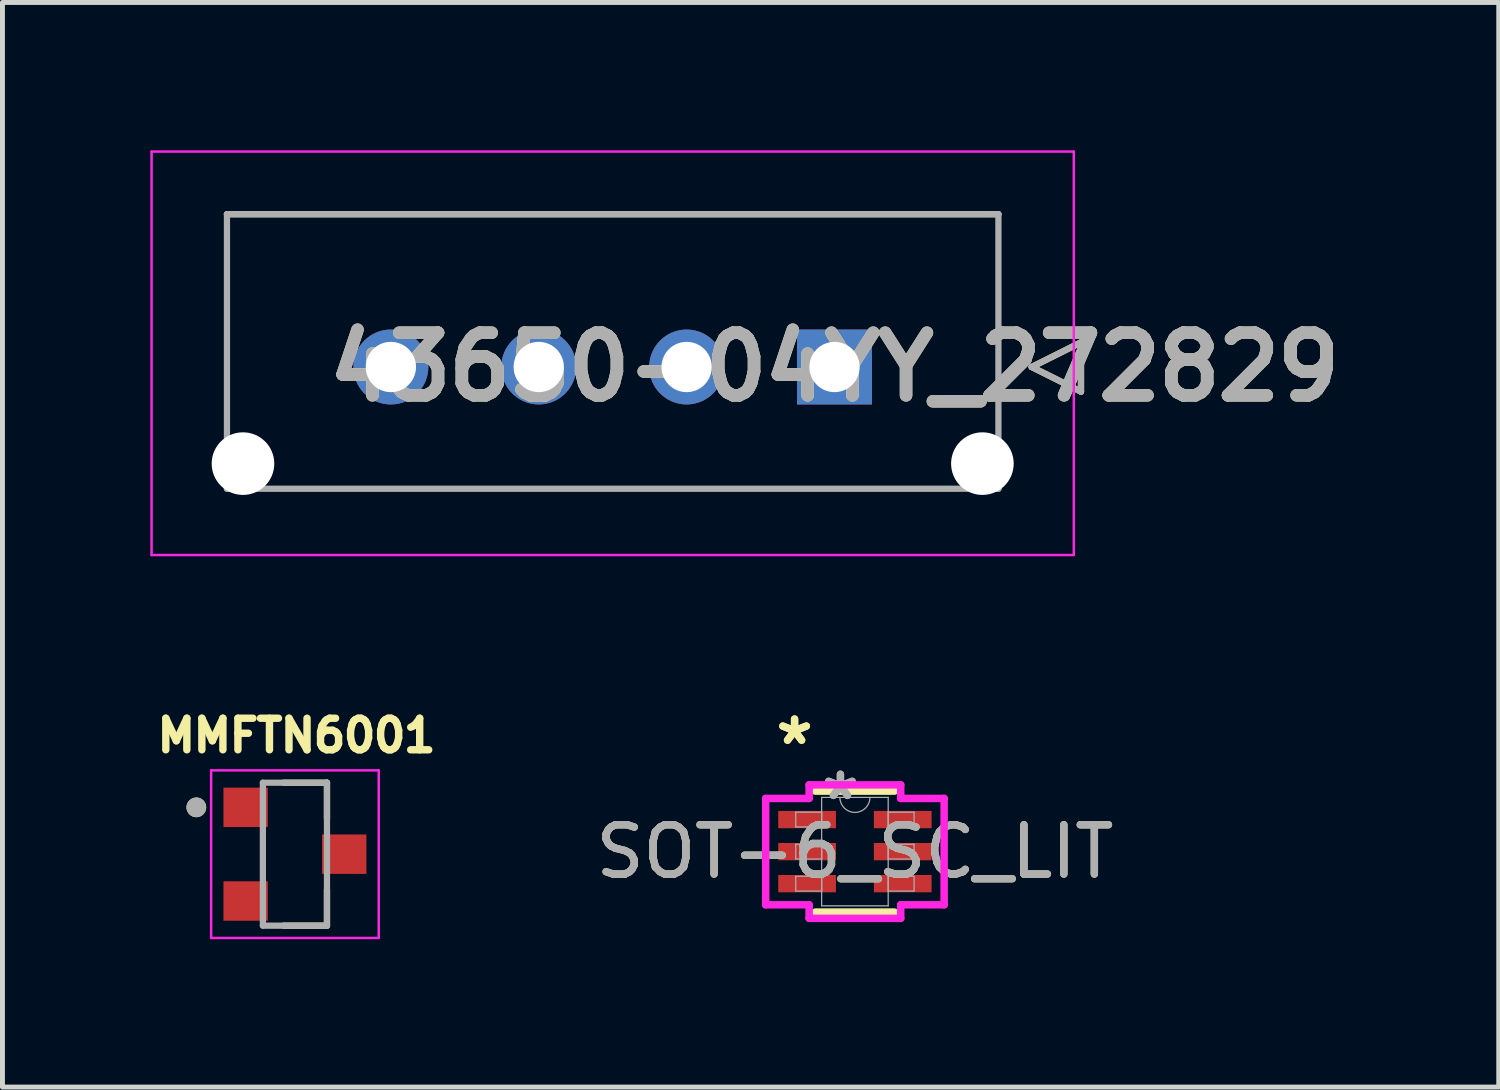
<source format=kicad_pcb>
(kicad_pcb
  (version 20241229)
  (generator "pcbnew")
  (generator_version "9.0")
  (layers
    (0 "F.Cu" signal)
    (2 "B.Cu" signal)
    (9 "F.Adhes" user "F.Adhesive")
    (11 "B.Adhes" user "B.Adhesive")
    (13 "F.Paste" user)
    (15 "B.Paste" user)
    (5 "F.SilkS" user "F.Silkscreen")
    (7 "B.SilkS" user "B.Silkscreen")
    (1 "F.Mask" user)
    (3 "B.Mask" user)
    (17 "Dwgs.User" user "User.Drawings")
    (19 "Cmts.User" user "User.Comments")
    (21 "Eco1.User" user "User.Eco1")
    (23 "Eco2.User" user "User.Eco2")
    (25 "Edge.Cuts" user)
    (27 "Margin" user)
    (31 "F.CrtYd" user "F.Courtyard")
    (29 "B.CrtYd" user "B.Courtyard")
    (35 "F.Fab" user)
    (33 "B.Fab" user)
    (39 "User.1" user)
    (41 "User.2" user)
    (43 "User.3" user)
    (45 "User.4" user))
  (footprint "MMFTN6001"
    (layer "F.Cu")
    (at 2.933 14.278)
    (property "Reference" "MMFTN6001" (at 0.032 -2.406 0) (layer "F.SilkS") (effects (font (size 0.64 0.64) (thickness 0.15))))
    (attr smd)
    (fp_line (start -0.23 1.45) (end 0.65 1.45) (stroke (width 0.127) (type solid)) (layer "F.SilkS"))
    (fp_line (start 0.65 -1.45) (end -0.23 -1.45) (stroke (width 0.127) (type solid)) (layer "F.SilkS"))
    (fp_line (start 0.65 -0.72) (end 0.65 -1.45) (stroke (width 0.127) (type solid)) (layer "F.SilkS"))
    (fp_line (start 0.65 1.45) (end 0.65 0.72) (stroke (width 0.127) (type solid)) (layer "F.SilkS"))
    (fp_circle (center -2 -0.95) (end -1.9 -0.95) (stroke (width 0.2) (type solid)) (fill no) (layer "F.SilkS"))
    (fp_line (start -1.7 -1.7) (end -1.7 1.7) (stroke (width 0.05) (type solid)) (layer "F.CrtYd"))
    (fp_line (start -1.7 1.7) (end 1.7 1.7) (stroke (width 0.05) (type solid)) (layer "F.CrtYd"))
    (fp_line (start 1.7 -1.7) (end -1.7 -1.7) (stroke (width 0.05) (type solid)) (layer "F.CrtYd"))
    (fp_line (start 1.7 1.7) (end 1.7 -1.7) (stroke (width 0.05) (type solid)) (layer "F.CrtYd"))
    (fp_line (start -0.65 -1.45) (end -0.65 1.45) (stroke (width 0.127) (type solid)) (layer "F.Fab"))
    (fp_line (start -0.65 1.45) (end 0.65 1.45) (stroke (width 0.127) (type solid)) (layer "F.Fab"))
    (fp_line (start 0.65 -1.45) (end -0.65 -1.45) (stroke (width 0.127) (type solid)) (layer "F.Fab"))
    (fp_line (start 0.65 1.45) (end 0.65 -1.45) (stroke (width 0.127) (type solid)) (layer "F.Fab"))
    (fp_circle (center -2 -0.95) (end -1.9 -0.95) (stroke (width 0.2) (type solid)) (fill no) (layer "F.Fab"))
    (pad "1" smd rect (at -1 -0.95) (size 0.9 0.8) (layers "F.Cu" "F.Mask" "F.Paste"))
    (pad "2" smd rect (at -1 0.95) (size 0.9 0.8) (layers "F.Cu" "F.Mask" "F.Paste"))
    (pad "3" smd rect (at 1 0) (size 0.9 0.8) (layers "F.Cu" "F.Mask" "F.Paste")))
  (footprint "43650-04YY_272829"
    (layer "F.Cu")
    (at 13.879 4.395)
    (property "Reference" "43650-04YY_272829" (at 0 0 0) (layer "F.SilkS") (effects (font (size 1.27 1.27) (thickness 0.254))))
    (attr through_hole)
    (fp_line (start -12.325 -3.1) (end 3.325 -3.1) (stroke (width 0.127) (type solid)) (layer "F.SilkS"))
    (fp_line (start 4 0) (end 5 -0.5) (stroke (width 0.127) (type solid)) (layer "F.SilkS"))
    (fp_line (start 5 -0.5) (end 5 0.5) (stroke (width 0.127) (type solid)) (layer "F.SilkS"))
    (fp_line (start 5 0.5) (end 4 0) (stroke (width 0.127) (type solid)) (layer "F.SilkS"))
    (fp_line (start -13.854 -4.37) (end 4.854 -4.37) (stroke (width 0.05) (type solid)) (layer "F.CrtYd"))
    (fp_line (start -13.854 3.814) (end -13.854 -4.37) (stroke (width 0.05) (type solid)) (layer "F.CrtYd"))
    (fp_line (start 4.854 -4.37) (end 4.854 3.814) (stroke (width 0.05) (type solid)) (layer "F.CrtYd"))
    (fp_line (start 4.854 3.814) (end -13.854 3.814) (stroke (width 0.05) (type solid)) (layer "F.CrtYd"))
    (fp_line (start -12.325 -3.1) (end 3.325 -3.1) (stroke (width 0.127) (type solid)) (layer "F.Fab"))
    (fp_line (start -12.325 2.47) (end -12.325 -3.1) (stroke (width 0.127) (type solid)) (layer "F.Fab"))
    (fp_line (start 3.325 -3.1) (end 3.325 2.47) (stroke (width 0.127) (type solid)) (layer "F.Fab"))
    (fp_line (start 3.325 2.47) (end -12.325 2.47) (stroke (width 0.127) (type solid)) (layer "F.Fab"))
    (fp_line (start 4 0) (end 5 -0.5) (stroke (width 0.127) (type solid)) (layer "F.Fab"))
    (fp_line (start 5 -0.5) (end 5 0.5) (stroke (width 0.127) (type solid)) (layer "F.Fab"))
    (fp_line (start 5 0.5) (end 4 0) (stroke (width 0.127) (type solid)) (layer "F.Fab"))
    (fp_text user "${REFERENCE}" (at 0 0 0) (layer "F.Fab") (effects (font (size 1.27 1.27) (thickness 0.254))))
    (pad "" np_thru_hole circle (at -12 1.96) (size 1.27 1.27) (drill 1.27) (layers "*.Cu" "*.Mask"))
    (pad "" np_thru_hole circle (at 3 1.96) (size 1.27 1.27) (drill 1.27) (layers "*.Cu" "*.Mask"))
    (pad "1" thru_hole rect (at 0 0) (size 1.52 1.52) (drill 1.02) (layers "*.Cu" "*.Mask"))
    (pad "2" thru_hole circle (at -3 0) (size 1.52 1.52) (drill 1.02) (layers "*.Cu" "*.Mask"))
    (pad "3" thru_hole circle (at -6 0) (size 1.52 1.52) (drill 1.02) (layers "*.Cu" "*.Mask"))
    (pad "4" thru_hole circle (at -9 0) (size 1.52 1.52) (drill 1.02) (layers "*.Cu" "*.Mask")))
  (footprint "SOT-6_SC_LIT"
    (layer "F.Cu")
    (at 14.293 14.226)
    (property "Reference" "SOT-6_SC_LIT" (at 0 0 0) (unlocked yes) (layer "F.SilkS") (effects (font (size 1 1) (thickness 0.15))))
    (attr smd)
    (fp_line (start -0.802 1.227) (end 0.802 1.227) (stroke (width 0.152) (type solid)) (layer "F.SilkS"))
    (fp_line (start 0.802 -1.227) (end -0.802 -1.227) (stroke (width 0.152) (type solid)) (layer "F.SilkS"))
    (fp_line (start -1.81 -1.079) (end -0.929 -1.079) (stroke (width 0.152) (type solid)) (layer "F.CrtYd"))
    (fp_line (start -1.81 1.079) (end -1.81 -1.079) (stroke (width 0.152) (type solid)) (layer "F.CrtYd"))
    (fp_line (start -1.81 1.079) (end -0.929 1.079) (stroke (width 0.152) (type solid)) (layer "F.CrtYd"))
    (fp_line (start -0.929 -1.354) (end 0.929 -1.354) (stroke (width 0.152) (type solid)) (layer "F.CrtYd"))
    (fp_line (start -0.929 -1.079) (end -0.929 -1.354) (stroke (width 0.152) (type solid)) (layer "F.CrtYd"))
    (fp_line (start -0.929 1.354) (end -0.929 1.079) (stroke (width 0.152) (type solid)) (layer "F.CrtYd"))
    (fp_line (start 0.929 -1.354) (end 0.929 -1.079) (stroke (width 0.152) (type solid)) (layer "F.CrtYd"))
    (fp_line (start 0.929 1.079) (end 0.929 1.354) (stroke (width 0.152) (type solid)) (layer "F.CrtYd"))
    (fp_line (start 0.929 1.354) (end -0.929 1.354) (stroke (width 0.152) (type solid)) (layer "F.CrtYd"))
    (fp_line (start 1.81 -1.079) (end 0.929 -1.079) (stroke (width 0.152) (type solid)) (layer "F.CrtYd"))
    (fp_line (start 1.81 -1.079) (end 1.81 1.079) (stroke (width 0.152) (type solid)) (layer "F.CrtYd"))
    (fp_line (start 1.81 1.079) (end 0.929 1.079) (stroke (width 0.152) (type solid)) (layer "F.CrtYd"))
    (fp_line (start -1.2 -0.8) (end -1.2 -0.5) (stroke (width 0.025) (type solid)) (layer "F.Fab"))
    (fp_line (start -1.2 -0.5) (end -0.675 -0.5) (stroke (width 0.025) (type solid)) (layer "F.Fab"))
    (fp_line (start -1.2 -0.15) (end -1.2 0.15) (stroke (width 0.025) (type solid)) (layer "F.Fab"))
    (fp_line (start -1.2 0.15) (end -0.675 0.15) (stroke (width 0.025) (type solid)) (layer "F.Fab"))
    (fp_line (start -1.2 0.5) (end -1.2 0.8) (stroke (width 0.025) (type solid)) (layer "F.Fab"))
    (fp_line (start -1.2 0.8) (end -0.675 0.8) (stroke (width 0.025) (type solid)) (layer "F.Fab"))
    (fp_line (start -0.675 -1.1) (end -0.675 1.1) (stroke (width 0.025) (type solid)) (layer "F.Fab"))
    (fp_line (start -0.675 -0.8) (end -1.2 -0.8) (stroke (width 0.025) (type solid)) (layer "F.Fab"))
    (fp_line (start -0.675 -0.5) (end -0.675 -0.8) (stroke (width 0.025) (type solid)) (layer "F.Fab"))
    (fp_line (start -0.675 -0.15) (end -1.2 -0.15) (stroke (width 0.025) (type solid)) (layer "F.Fab"))
    (fp_line (start -0.675 0.15) (end -0.675 -0.15) (stroke (width 0.025) (type solid)) (layer "F.Fab"))
    (fp_line (start -0.675 0.5) (end -1.2 0.5) (stroke (width 0.025) (type solid)) (layer "F.Fab"))
    (fp_line (start -0.675 0.8) (end -0.675 0.5) (stroke (width 0.025) (type solid)) (layer "F.Fab"))
    (fp_line (start -0.675 1.1) (end 0.675 1.1) (stroke (width 0.025) (type solid)) (layer "F.Fab"))
    (fp_line (start 0.675 -1.1) (end -0.675 -1.1) (stroke (width 0.025) (type solid)) (layer "F.Fab"))
    (fp_line (start 0.675 -0.8) (end 0.675 -0.5) (stroke (width 0.025) (type solid)) (layer "F.Fab"))
    (fp_line (start 0.675 -0.5) (end 1.2 -0.5) (stroke (width 0.025) (type solid)) (layer "F.Fab"))
    (fp_line (start 0.675 -0.15) (end 0.675 0.15) (stroke (width 0.025) (type solid)) (layer "F.Fab"))
    (fp_line (start 0.675 0.15) (end 1.2 0.15) (stroke (width 0.025) (type solid)) (layer "F.Fab"))
    (fp_line (start 0.675 0.5) (end 0.675 0.8) (stroke (width 0.025) (type solid)) (layer "F.Fab"))
    (fp_line (start 0.675 0.8) (end 1.2 0.8) (stroke (width 0.025) (type solid)) (layer "F.Fab"))
    (fp_line (start 0.675 1.1) (end 0.675 -1.1) (stroke (width 0.025) (type solid)) (layer "F.Fab"))
    (fp_line (start 1.2 -0.8) (end 0.675 -0.8) (stroke (width 0.025) (type solid)) (layer "F.Fab"))
    (fp_line (start 1.2 -0.5) (end 1.2 -0.8) (stroke (width 0.025) (type solid)) (layer "F.Fab"))
    (fp_line (start 1.2 -0.15) (end 0.675 -0.15) (stroke (width 0.025) (type solid)) (layer "F.Fab"))
    (fp_line (start 1.2 0.15) (end 1.2 -0.15) (stroke (width 0.025) (type solid)) (layer "F.Fab"))
    (fp_line (start 1.2 0.5) (end 0.675 0.5) (stroke (width 0.025) (type solid)) (layer "F.Fab"))
    (fp_line (start 1.2 0.8) (end 1.2 0.5) (stroke (width 0.025) (type solid)) (layer "F.Fab"))
    (fp_arc (start 0.3048 -1.1) (mid 0 -0.7952) (end -0.3048 -1.1) (stroke (width 0.0254) (type solid)) (layer "F.Fab"))
    (fp_text user "*" (at -1.224 -2.144 0) (unlocked yes) (layer "F.SilkS") (effects (font (size 1 1) (thickness 0.15))))
    (fp_text user "*" (at -1.224 -2.144 0) (layer "F.SilkS") (effects (font (size 1 1) (thickness 0.15))))
    (fp_text user "*" (at -0.294 -1.024 0) (unlocked yes) (layer "F.Fab") (effects (font (size 1 1) (thickness 0.15))))
    (fp_text user "*" (at -0.294 -1.024 0) (layer "F.Fab") (effects (font (size 1 1) (thickness 0.15))))
    (fp_text user "${REFERENCE}" (at 0 0 0) (unlocked yes) (layer "F.Fab") (effects (font (size 1 1) (thickness 0.15))))
    (pad "1" smd rect (at -0.97 -0.65) (size 1.171 0.351) (layers "F.Cu" "F.Mask" "F.Paste"))
    (pad "2" smd rect (at -0.97 0) (size 1.171 0.351) (layers "F.Cu" "F.Mask" "F.Paste"))
    (pad "3" smd rect (at -0.97 0.65) (size 1.171 0.351) (layers "F.Cu" "F.Mask" "F.Paste"))
    (pad "4" smd rect (at 0.97 0.65) (size 1.171 0.351) (layers "F.Cu" "F.Mask" "F.Paste"))
    (pad "5" smd rect (at 0.97 0) (size 1.171 0.351) (layers "F.Cu" "F.Mask" "F.Paste"))
    (pad "6" smd rect (at 0.97 -0.65) (size 1.171 0.351) (layers "F.Cu" "F.Mask" "F.Paste")))
  (gr_rect
    (start -3 -3)
    (end 27.354 19.003)
    (stroke (width 0.1) (type default))
    (fill no)
    (layer "Edge.Cuts")))
</source>
